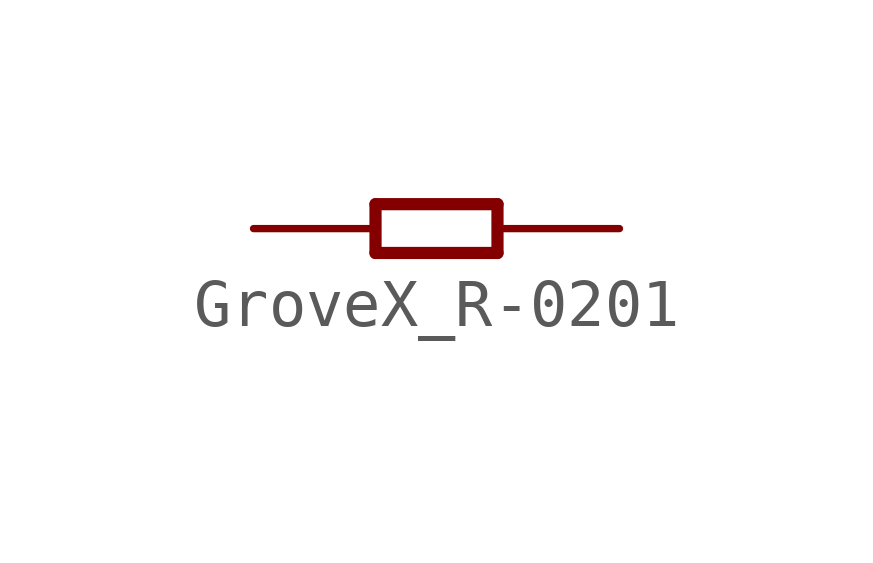
<source format=kicad_sym>
(kicad_symbol_lib
  (version 20231120)
  (generator "kicad_symbol_editor")
  (generator_version "8.0")
  (symbol "GroveX_R-0201"
    (property "Reference" "R"
      (at -2.54 0 0)
      (effects (font (size 0.635 0.54)) (justify left bottom) (hide yes)))
    (property "ki_locked" ""
      (at 0 0 0)
      (effects (font (size 1.27 1.27))))
    (symbol "GroveX_R-0201_1_0"
      (polyline (pts (xy -1.27 -0.508) (xy -1.27 0.508)) (stroke (width 0.254) (type solid)) (fill (type none)))
      (polyline (pts (xy -1.27 0.508) (xy 1.27 0.508)) (stroke (width 0.254) (type solid)) (fill (type none)))
      (polyline (pts (xy 1.27 -0.508) (xy -1.27 -0.508)) (stroke (width 0.254) (type solid)) (fill (type none)))
      (polyline (pts (xy 1.27 0.508) (xy 1.27 -0.508)) (stroke (width 0.254) (type solid)) (fill (type none)))
      (pin passive line (at -3.81 0 0) (length 2.54) (name "1" (effects (font (size 0 0)))) (number "1" (effects (font (size 0 0)))))
      (pin passive line (at 3.81 0 180) (length 2.54) (name "2" (effects (font (size 0 0)))) (number "2" (effects (font (size 0 0))))))))
</source>
